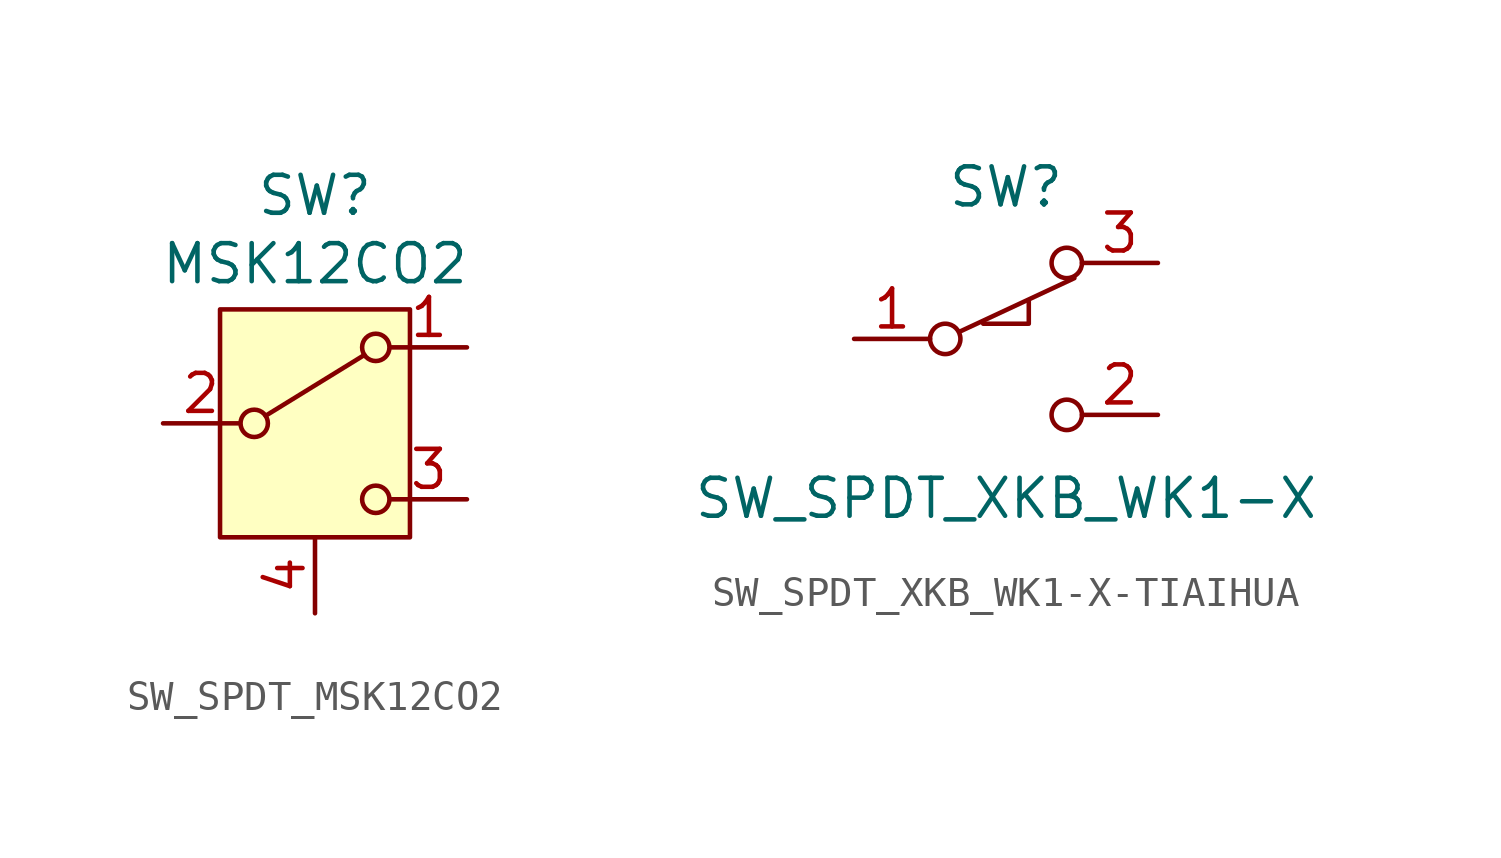
<source format=kicad_sym>
(kicad_symbol_lib
  (version 20241209)
  (generator "kicad_symbol_editor")
  (generator_version "9.0")
  (symbol "SW_SPDT_MSK12CO2"
    (pin_names
      (offset 0)
      (hide yes))
    (property "Reference" "SW"
      (at 0 7.62 0)
      (effects (font (size 1.27 1.27))))
    (property "Value" "MSK12CO2"
      (at 0 5.334 0)
      (effects (font (size 1.27 1.27))))
    (symbol "SW_SPDT_MSK12CO2_0_1"
      (circle (center -2.032 0) (radius 0.457) (stroke (width 0) (type default)) (fill (type none)))
      (polyline (pts (xy -1.651 0.254) (xy 1.651 2.286)) (stroke (width 0) (type default)) (fill (type none)))
      (circle (center 2.032 2.54) (radius 0.457) (stroke (width 0) (type default)) (fill (type none)))
      (circle (center 2.032 -2.54) (radius 0.457) (stroke (width 0) (type default)) (fill (type none))))
    (symbol "SW_SPDT_MSK12CO2_1_1"
      (rectangle (start -3.175 3.81) (end 3.175 -3.81) (stroke (width 0) (type default)) (fill (type background)))
      (pin passive line (at -5.08 0 0) (length 2.54) (name "B" (effects (font (size 1.27 1.27)))) (number "2" (effects (font (size 1.27 1.27)))))
      (pin passive line (at 0 -6.35 90) (length 2.54) (name "Shield" (effects (font (size 1.27 1.27)))) (number "4" (effects (font (size 1.27 1.27)))))
      (pin passive line (at 5.08 2.54 180) (length 2.54) (name "A" (effects (font (size 1.27 1.27)))) (number "1" (effects (font (size 1.27 1.27)))))
      (pin passive line (at 5.08 -2.54 180) (length 2.54) (name "C" (effects (font (size 1.27 1.27)))) (number "3" (effects (font (size 1.27 1.27)))))))
  (symbol "SW_SPDT_XKB_WK1-X-TIAIHUA"
    (property "Reference" "SW"
      (at 0 5.08 0)
      (effects (font (size 1.27 1.27))))
    (property "Value" "SW_SPDT_XKB_WK1-X"
      (at 0 -5.334 0)
      (effects (font (size 1.27 1.27))))
    (symbol "SW_SPDT_XKB_WK1-X-TIAIHUA_1_1"
      (circle (center -2.032 0) (radius 0.508) (stroke (width 0) (type default)) (fill (type none)))
      (polyline (pts (xy -1.524 0.254) (xy 2.286 2.032)) (stroke (width 0) (type default)) (fill (type none)))
      (polyline (pts (xy -0.762 0.508) (xy 0.762 0.508) (xy 0.762 1.27)) (stroke (width 0) (type default)) (fill (type none)))
      (circle (center 2.032 2.54) (radius 0.508) (stroke (width 0) (type default)) (fill (type none)))
      (circle (center 2.032 -2.54) (radius 0.508) (stroke (width 0) (type default)) (fill (type none)))
      (pin passive line (at -5.08 0 0) (length 2.54) (name "C" (effects (font (size 0 0)))) (number "1" (effects (font (size 1.27 1.27)))))
      (pin passive line (at 5.08 2.54 180) (length 2.54) (name "NC" (effects (font (size 0 0)))) (number "3" (effects (font (size 1.27 1.27)))))
      (pin passive line (at 5.08 -2.54 180) (length 2.54) (name "NO" (effects (font (size 0 0)))) (number "2" (effects (font (size 1.27 1.27))))))))
</source>
